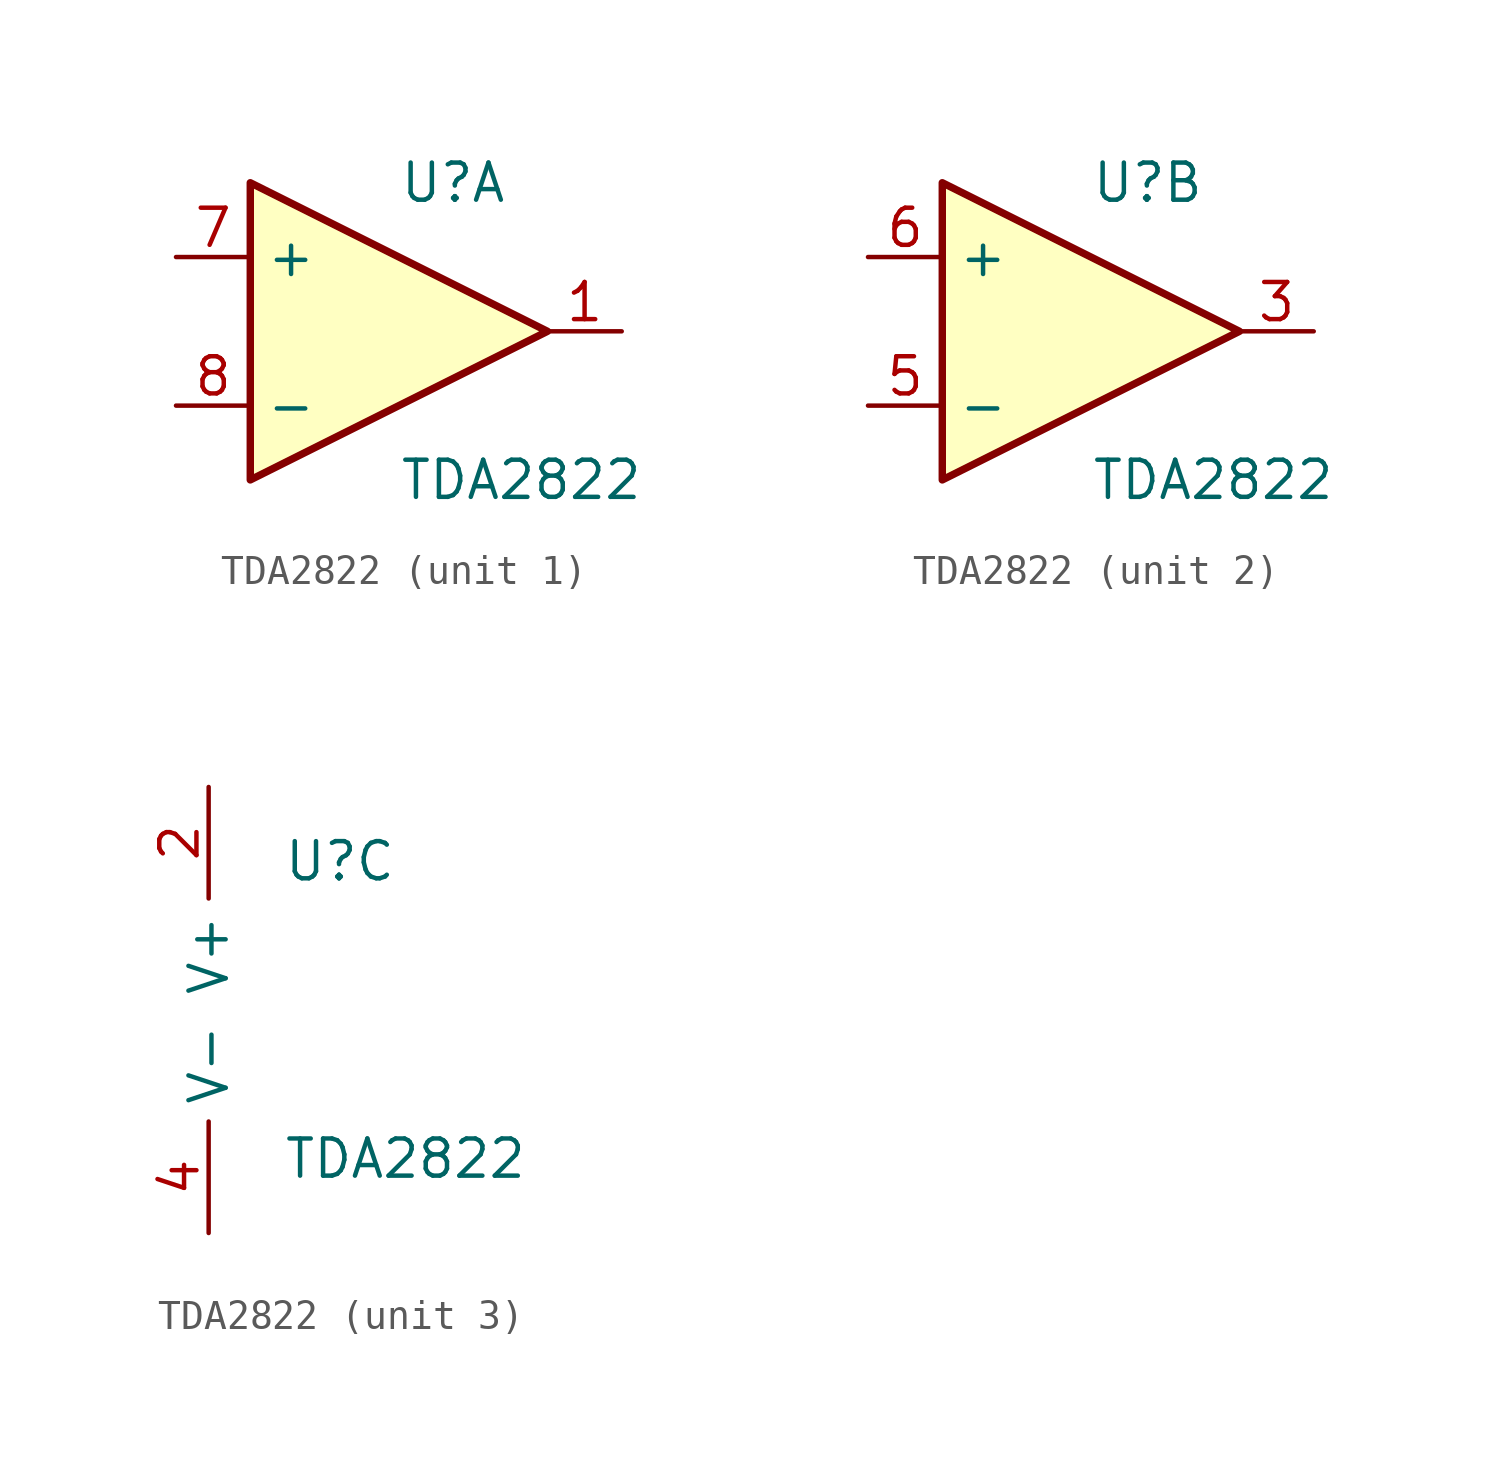
<source format=kicad_sym>
(kicad_symbol_lib
  (version 20211014)
  (generator kicad_symbol_editor)
  (symbol "TDA2822"
    (property "Reference" "U"
      (at 0 5.08 0)
      (effects (font (size 1.27 1.27)) (justify left)))
    (property "Value" "TDA2822"
      (at 0 -5.08 0)
      (effects (font (size 1.27 1.27)) (justify left)))
    (property "ki_locked" ""
      (at 0 0 0)
      (effects (font (size 1.27 1.27))))
    (symbol "TDA2822_1_1"
      (polyline (pts (xy -5.08 5.08) (xy 5.08 0) (xy -5.08 -5.08) (xy -5.08 5.08)) (stroke (width 0.254) (type default) (color 0 0 0 0)) (fill (type background)))
      (pin output line (at 7.62 0 180) (length 2.54) (name "~" (effects (font (size 1.27 1.27)))) (number "1" (effects (font (size 1.27 1.27)))))
      (pin input line (at -7.62 2.54 0) (length 2.54) (name "+" (effects (font (size 1.27 1.27)))) (number "7" (effects (font (size 1.27 1.27)))))
      (pin input line (at -7.62 -2.54 0) (length 2.54) (name "-" (effects (font (size 1.27 1.27)))) (number "8" (effects (font (size 1.27 1.27))))))
    (symbol "TDA2822_2_1"
      (polyline (pts (xy -5.08 5.08) (xy 5.08 0) (xy -5.08 -5.08) (xy -5.08 5.08)) (stroke (width 0.254) (type default) (color 0 0 0 0)) (fill (type background)))
      (pin output line (at 7.62 0 180) (length 2.54) (name "~" (effects (font (size 1.27 1.27)))) (number "3" (effects (font (size 1.27 1.27)))))
      (pin input line (at -7.62 -2.54 0) (length 2.54) (name "-" (effects (font (size 1.27 1.27)))) (number "5" (effects (font (size 1.27 1.27)))))
      (pin input line (at -7.62 2.54 0) (length 2.54) (name "+" (effects (font (size 1.27 1.27)))) (number "6" (effects (font (size 1.27 1.27))))))
    (symbol "TDA2822_3_1"
      (pin power_in line (at -2.54 7.62 270) (length 3.81) (name "V+" (effects (font (size 1.27 1.27)))) (number "2" (effects (font (size 1.27 1.27)))))
      (pin power_in line (at -2.54 -7.62 90) (length 3.81) (name "V-" (effects (font (size 1.27 1.27)))) (number "4" (effects (font (size 1.27 1.27))))))))
</source>
